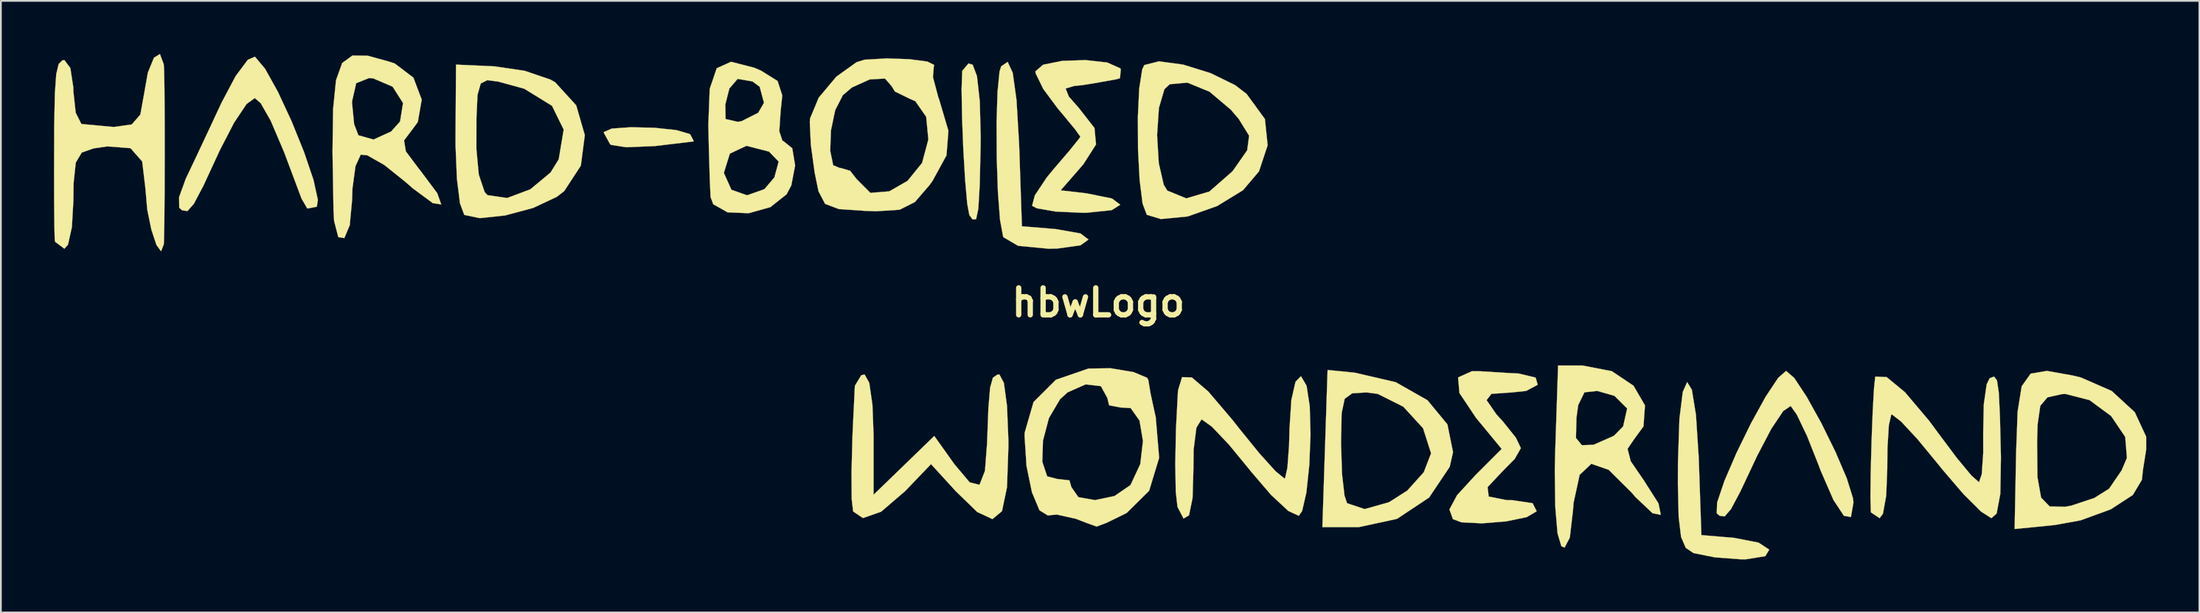
<source format=kicad_pcb>
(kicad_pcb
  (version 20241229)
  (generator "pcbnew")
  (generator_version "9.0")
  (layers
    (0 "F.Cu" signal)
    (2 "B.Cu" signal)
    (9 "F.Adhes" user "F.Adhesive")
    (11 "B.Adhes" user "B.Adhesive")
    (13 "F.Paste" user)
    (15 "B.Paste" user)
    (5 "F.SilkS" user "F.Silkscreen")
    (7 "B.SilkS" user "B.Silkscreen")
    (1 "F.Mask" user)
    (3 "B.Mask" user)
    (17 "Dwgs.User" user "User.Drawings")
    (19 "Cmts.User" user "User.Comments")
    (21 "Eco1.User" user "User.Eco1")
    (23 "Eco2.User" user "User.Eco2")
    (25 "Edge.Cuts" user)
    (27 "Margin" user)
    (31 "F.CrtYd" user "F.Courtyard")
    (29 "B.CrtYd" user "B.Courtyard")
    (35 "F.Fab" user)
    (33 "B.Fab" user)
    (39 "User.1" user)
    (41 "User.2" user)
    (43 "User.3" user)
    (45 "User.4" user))
  (footprint "hbwLogo"
    (layer "F.Cu")
    (at 59.009 14.066)
    (property "Reference" "hbwLogo" (at 0 0 0) (layer "F.SilkS") (effects (font (size 1.524 1.524) (thickness 0.3))))
    (attr through_hole)
    (fp_poly (pts (xy -25.08 -9.889) (xy -23.848 -9.759) (xy -23.097 -9.541) (xy -23.052 -9.505) (xy -22.859 -9.134) (xy -22.902 -9.112) (xy -25.062 -8.854) (xy -26.676 -8.788) (xy -27.535 -8.922) (xy -27.586 -8.959) (xy -27.936 -9.595) (xy -27.94 -9.646) (xy -27.498 -9.843) (xy -26.421 -9.92) (xy -25.08 -9.889)) (stroke (width 0.01) (type solid)) (fill yes) (layer "F.SilkS"))
    (fp_poly (pts (xy -7.099 -13.454) (xy -6.857 -12.813) (xy -6.698 -11.384) (xy -6.646 -9.39) (xy -6.651 -8.852) (xy -6.702 -6.646) (xy -6.78 -5.314) (xy -6.906 -4.715) (xy -7.106 -4.706) (xy -7.289 -4.955) (xy -7.408 -5.596) (xy -7.526 -6.941) (xy -7.629 -8.678) (xy -7.7 -10.496) (xy -7.725 -12.083) (xy -7.689 -13.111) (xy -7.335 -13.527) (xy -7.099 -13.454)) (stroke (width 0.01) (type solid)) (fill yes) (layer "F.SilkS"))
    (fp_poly (pts (xy -4.836 -12.996) (xy -4.623 -11.463) (xy -4.476 -8.968) (xy -4.455 -8.382) (xy -4.318 -4.318) (xy -2.413 -4.16) (xy -1.009 -3.914) (xy -0.554 -3.568) (xy -1.005 -3.242) (xy -2.319 -3.058) (xy -2.81 -3.048) (xy -4.532 -3.213) (xy -5.355 -3.695) (xy -5.385 -3.759) (xy -5.555 -4.69) (xy -5.674 -6.27) (xy -5.74 -8.199) (xy -5.749 -10.176) (xy -5.697 -11.9) (xy -5.581 -13.07) (xy -5.493 -13.362) (xy -5.122 -13.615) (xy -4.836 -12.996)) (stroke (width 0.01) (type solid)) (fill yes) (layer "F.SilkS"))
    (fp_poly (pts (xy 33.536 4.925) (xy 33.768 6.348) (xy 33.925 8.771) (xy 33.928 8.857) (xy 34.075 13.149) (xy 35.921 13.305) (xy 37.304 13.573) (xy 37.91 13.972) (xy 37.686 14.341) (xy 36.58 14.519) (xy 36.318 14.52) (xy 34.828 14.407) (xy 33.667 14.175) (xy 33.617 14.158) (xy 33.192 13.87) (xy 32.928 13.257) (xy 32.791 12.121) (xy 32.747 10.262) (xy 32.75 9.072) (xy 32.834 6.576) (xy 33.024 5.047) (xy 33.272 4.494) (xy 33.536 4.925)) (stroke (width 0.01) (type solid)) (fill yes) (layer "F.SilkS"))
    (fp_poly (pts (xy -47.082 -13.227) (xy -46.356 -11.924) (xy -45.586 -10.265) (xy -44.879 -8.517) (xy -44.347 -6.945) (xy -44.098 -5.815) (xy -44.156 -5.424) (xy -44.695 -5.321) (xy -45.022 -5.884) (xy -46.013 -8.528) (xy -46.766 -10.293) (xy -47.328 -11.279) (xy -47.662 -11.569) (xy -48.126 -11.234) (xy -48.832 -10.178) (xy -49.638 -8.62) (xy -49.731 -8.417) (xy -50.563 -6.617) (xy -51.104 -5.59) (xy -51.468 -5.178) (xy -51.769 -5.222) (xy -51.931 -5.365) (xy -51.938 -5.972) (xy -51.559 -7.016) (xy -50.987 -8.219) (xy -50.188 -9.922) (xy -49.541 -11.309) (xy -48.744 -12.814) (xy -48.056 -13.735) (xy -47.653 -13.909) (xy -47.082 -13.227)) (stroke (width 0.01) (type solid)) (fill yes) (layer "F.SilkS"))
    (fp_poly (pts (xy 39.32 4.258) (xy 40.028 5.33) (xy 40.85 6.811) (xy 41.649 8.436) (xy 42.291 9.94) (xy 42.64 11.058) (xy 42.668 11.303) (xy 42.525 12.127) (xy 42.126 12.055) (xy 41.534 11.156) (xy 40.812 9.497) (xy 40.687 9.161) (xy 40.043 7.539) (xy 39.466 6.333) (xy 39.122 5.846) (xy 38.703 6.128) (xy 38.026 7.137) (xy 37.227 8.664) (xy 37.127 8.877) (xy 36.288 10.661) (xy 35.748 11.679) (xy 35.392 12.091) (xy 35.106 12.057) (xy 34.942 11.913) (xy 34.965 11.304) (xy 35.378 10.081) (xy 36.057 8.504) (xy 36.874 6.833) (xy 37.702 5.329) (xy 38.416 4.252) (xy 38.862 3.861) (xy 39.32 4.258)) (stroke (width 0.01) (type solid)) (fill yes) (layer "F.SilkS"))
    (fp_poly (pts (xy 14.478 3.961) (xy 16.804 4.5) (xy 18.599 5.521) (xy 19.725 6.887) (xy 20.043 8.46) (xy 19.854 9.289) (xy 18.688 11.027) (xy 16.873 12.232) (xy 14.718 12.699) (xy 14.644 12.7) (xy 12.66 12.7) (xy 12.814 8.043) (xy 13.716 8.043) (xy 13.77 9.697) (xy 13.91 10.913) (xy 14.055 11.345) (xy 15.048 11.678) (xy 16.425 11.289) (xy 17.457 10.631) (xy 18.388 9.595) (xy 18.795 8.54) (xy 18.796 8.505) (xy 18.349 7.106) (xy 17.232 5.886) (xy 15.783 5.161) (xy 15.151 5.08) (xy 14.348 5.129) (xy 13.92 5.439) (xy 13.748 6.252) (xy 13.716 7.811) (xy 13.716 8.043) (xy 12.814 8.043) (xy 12.954 3.81) (xy 14.478 3.961)) (stroke (width 0.01) (type solid)) (fill yes) (layer "F.SilkS"))
    (fp_poly (pts (xy 21.59 3.883) (xy 22.973 3.969) (xy 23.749 4.01) (xy 24.711 4.241) (xy 24.826 4.647) (xy 24.174 4.995) (xy 23.368 5.08) (xy 22.212 5.16) (xy 21.938 5.516) (xy 22.493 6.318) (xy 22.86 6.721) (xy 23.593 7.637) (xy 23.876 8.229) (xy 23.529 8.839) (xy 22.86 9.516) (xy 21.994 10.437) (xy 22.059 10.969) (xy 23.075 11.17) (xy 23.41 11.176) (xy 24.539 11.346) (xy 24.769 11.8) (xy 24.207 12.133) (xy 23.04 12.374) (xy 21.675 12.485) (xy 20.521 12.427) (xy 20.036 12.247) (xy 19.838 11.698) (xy 20.269 10.892) (xy 21.301 9.765) (xy 22.791 8.275) (xy 21.341 6.517) (xy 20.405 5.115) (xy 20.328 4.231) (xy 21.109 3.879) (xy 21.59 3.883)) (stroke (width 0.01) (type solid)) (fill yes) (layer "F.SilkS"))
    (fp_poly (pts (xy -34.098 -13.361) (xy -32.41 -13.111) (xy -30.957 -12.615) (xy -30.692 -12.465) (xy -29.501 -11.158) (xy -29.015 -9.475) (xy -29.238 -7.749) (xy -30.177 -6.309) (xy -30.601 -5.981) (xy -31.932 -5.356) (xy -33.516 -4.93) (xy -34.955 -4.778) (xy -35.827 -4.961) (xy -36.068 -5.613) (xy -36.242 -7.009) (xy -36.311 -8.692) (xy -35.141 -8.692) (xy -35.007 -7.245) (xy -34.675 -6.253) (xy -34.513 -6.077) (xy -33.404 -5.918) (xy -32.093 -6.409) (xy -30.951 -7.359) (xy -30.489 -8.106) (xy -30.209 -9.787) (xy -30.869 -11.131) (xy -32.44 -12.098) (xy -33.909 -12.501) (xy -34.526 -12.58) (xy -34.894 -12.395) (xy -35.078 -11.75) (xy -35.138 -10.45) (xy -35.141 -8.692) (xy -36.311 -8.692) (xy -36.319 -8.88) (xy -36.32 -9.398) (xy -36.292 -13.462) (xy -34.098 -13.361)) (stroke (width 0.01) (type solid)) (fill yes) (layer "F.SilkS"))
    (fp_poly (pts (xy -5.336 4.539) (xy -5.16 5.837) (xy -5.082 7.764) (xy -5.08 8.128) (xy -5.16 10.439) (xy -5.442 11.794) (xy -5.983 12.245) (xy -6.844 11.842) (xy -8.057 10.664) (xy -9.453 9.135) (xy -10.918 10.664) (xy -12.274 11.827) (xy -13.301 12.186) (xy -13.853 11.811) (xy -13.935 11.111) (xy -13.946 9.598) (xy -13.889 7.475) (xy -13.768 4.943) (xy -13.753 4.699) (xy -13.395 4.108) (xy -13.208 4.064) (xy -12.944 4.532) (xy -12.763 5.777) (xy -12.7 7.466) (xy -12.7 10.867) (xy -10.984 9.205) (xy -9.269 7.542) (xy -8.135 9.134) (xy -7.269 10.165) (xy -6.714 10.305) (xy -6.405 9.513) (xy -6.286 7.959) (xy -6.212 5.984) (xy -6.115 4.816) (xy -5.958 4.248) (xy -5.704 4.072) (xy -5.588 4.064) (xy -5.336 4.539)) (stroke (width 0.01) (type solid)) (fill yes) (layer "F.SilkS"))
    (fp_poly (pts (xy 55.045 4.12) (xy 55.514 4.233) (xy 57.257 4.995) (xy 58.563 6.195) (xy 59.208 7.585) (xy 59.208 8.309) (xy 59.022 9.483) (xy 58.966 10.021) (xy 58.455 10.878) (xy 57.207 11.691) (xy 55.496 12.316) (xy 54.048 12.578) (xy 51.774 12.805) (xy 51.859 8.459) (xy 51.881 7.874) (xy 53.044 7.874) (xy 53.064 9.868) (xy 53.269 11.026) (xy 53.754 11.528) (xy 54.613 11.548) (xy 54.967 11.486) (xy 56.276 11.05) (xy 57.112 10.524) (xy 57.82 9.487) (xy 58.119 8.783) (xy 58.024 7.596) (xy 57.228 6.416) (xy 56.008 5.515) (xy 54.645 5.165) (xy 54.431 5.178) (xy 53.629 5.358) (xy 53.224 5.838) (xy 53.072 6.897) (xy 53.044 7.874) (xy 51.881 7.874) (xy 51.943 6.164) (xy 52.173 4.733) (xy 52.68 4.017) (xy 53.593 3.862) (xy 55.045 4.12)) (stroke (width 0.01) (type solid)) (fill yes) (layer "F.SilkS"))
    (fp_poly (pts (xy 4.791 -13.462) (xy 6.343 -12.98) (xy 7.732 -12.301) (xy 8.377 -11.805) (xy 9.413 -10.384) (xy 9.567 -8.898) (xy 9.078 -7.424) (xy 8.177 -6.359) (xy 6.715 -5.463) (xy 5.049 -4.873) (xy 3.531 -4.727) (xy 2.739 -4.968) (xy 2.501 -5.601) (xy 2.334 -6.939) (xy 2.243 -8.674) (xy 2.239 -9.473) (xy 3.32 -9.473) (xy 3.416 -7.884) (xy 3.696 -6.667) (xy 3.897 -6.336) (xy 4.969 -5.897) (xy 6.273 -6.282) (xy 7.567 -7.416) (xy 7.632 -7.497) (xy 8.413 -8.619) (xy 8.52 -9.441) (xy 7.935 -10.387) (xy 7.493 -10.906) (xy 6.284 -11.929) (xy 5.032 -12.442) (xy 4.034 -12.352) (xy 3.735 -12.07) (xy 3.423 -11.01) (xy 3.32 -9.473) (xy 2.239 -9.473) (xy 2.234 -10.5) (xy 2.311 -12.108) (xy 2.48 -13.19) (xy 2.599 -13.437) (xy 3.426 -13.647) (xy 4.791 -13.462)) (stroke (width 0.01) (type solid)) (fill yes) (layer "F.SilkS"))
    (fp_poly (pts (xy 0.505 -13.58) (xy 1.238 -13.252) (xy 1.27 -13.208) (xy 1.226 -12.699) (xy 1.046 -12.636) (xy 0.053 -12.459) (xy 0 -12.446) (xy -0.933 -12.296) (xy -1.359 -12.255) (xy -1.848 -12.11) (xy -1.665 -11.651) (xy -1.105 -11.016) (xy -0.217 -9.876) (xy -0.13 -8.944) (xy -0.839 -7.834) (xy -1.064 -7.571) (xy -2.129 -6.35) (xy -0.683 -6.184) (xy 0.77 -5.891) (xy 1.242 -5.536) (xy 0.754 -5.229) (xy -0.674 -5.082) (xy -0.884 -5.08) (xy -2.414 -5.151) (xy -3.473 -5.334) (xy -3.742 -5.479) (xy -3.588 -6.065) (xy -2.913 -7.081) (xy -2.502 -7.579) (xy -1.608 -8.625) (xy -1.078 -9.286) (xy -1.016 -9.388) (xy -1.312 -9.8) (xy -2.047 -10.691) (xy -2.285 -10.97) (xy -3.113 -12.087) (xy -3.54 -12.964) (xy -3.555 -13.081) (xy -3.116 -13.458) (xy -2.044 -13.673) (xy -0.713 -13.717) (xy 0.505 -13.58)) (stroke (width 0.01) (type solid)) (fill yes) (layer "F.SilkS"))
    (fp_poly (pts (xy 29.015 3.878) (xy 30.242 4.701) (xy 30.888 5.813) (xy 30.803 7.002) (xy 30.273 7.727) (xy 29.904 8.271) (xy 30.083 8.971) (xy 30.832 10.066) (xy 31.651 11.355) (xy 31.783 12.002) (xy 31.319 11.915) (xy 30.353 11.002) (xy 30.146 10.759) (xy 28.837 9.457) (xy 27.856 9.117) (xy 27.197 9.74) (xy 26.852 11.328) (xy 26.824 11.714) (xy 26.642 13.289) (xy 26.344 13.856) (xy 26.162 13.774) (xy 25.946 13.047) (xy 25.818 11.528) (xy 25.792 9.436) (xy 25.816 8.41) (xy 25.841 7.655) (xy 26.988 7.655) (xy 27.321 8.063) (xy 27.98 8.041) (xy 29.134 7.532) (xy 29.655 6.999) (xy 29.88 5.989) (xy 29.164 5.274) (xy 28.194 4.995) (xy 27.468 5.073) (xy 27.115 5.794) (xy 27.016 6.517) (xy 26.988 7.655) (xy 25.841 7.655) (xy 25.978 3.556) (xy 27.354 3.556) (xy 29.015 3.878)) (stroke (width 0.01) (type solid)) (fill yes) (layer "F.SilkS"))
    (fp_poly (pts (xy 11.768 4.702) (xy 11.945 5.855) (xy 11.99 7.454) (xy 11.921 9.185) (xy 11.757 10.733) (xy 11.517 11.786) (xy 11.327 12.057) (xy 10.737 11.785) (xy 9.761 10.878) (xy 8.605 9.527) (xy 8.533 9.434) (xy 7.38 8.031) (xy 6.418 7.019) (xy 5.845 6.607) (xy 5.83 6.606) (xy 5.542 7.07) (xy 5.386 8.303) (xy 5.373 9.398) (xy 5.325 11.054) (xy 5.124 12.03) (xy 4.817 12.214) (xy 4.474 11.557) (xy 4.376 10.697) (xy 4.348 9.137) (xy 4.386 7.19) (xy 4.49 5.17) (xy 4.506 4.953) (xy 4.73 4.217) (xy 5.279 4.229) (xy 6.214 5.028) (xy 7.596 6.653) (xy 7.957 7.114) (xy 9.109 8.534) (xy 10.016 9.538) (xy 10.514 9.945) (xy 10.551 9.938) (xy 10.684 9.343) (xy 10.778 8.07) (xy 10.803 7.123) (xy 10.907 5.511) (xy 11.142 4.474) (xy 11.45 4.16) (xy 11.768 4.702)) (stroke (width 0.01) (type solid)) (fill yes) (layer "F.SilkS"))
    (fp_poly (pts (xy 50.779 4.4) (xy 50.881 5.101) (xy 50.945 6.46) (xy 50.998 8.654) (xy 51 8.763) (xy 50.966 10.816) (xy 50.757 11.931) (xy 50.46 12.192) (xy 49.874 11.817) (xy 48.88 10.826) (xy 47.675 9.418) (xy 47.452 9.139) (xy 46.286 7.723) (xy 45.361 6.727) (xy 44.844 6.328) (xy 44.802 6.337) (xy 44.667 6.944) (xy 44.588 8.242) (xy 44.578 9.39) (xy 44.518 10.923) (xy 44.334 11.94) (xy 44.147 12.192) (xy 43.661 11.869) (xy 43.649 11.811) (xy 43.627 10.968) (xy 43.644 9.543) (xy 43.69 7.846) (xy 43.754 6.185) (xy 43.827 4.87) (xy 43.896 4.208) (xy 43.907 4.183) (xy 44.542 4.212) (xy 45.577 5.065) (xy 46.936 6.673) (xy 47.46 7.382) (xy 48.507 8.783) (xy 49.335 9.781) (xy 49.762 10.16) (xy 49.918 9.701) (xy 50 8.515) (xy 49.999 7.352) (xy 50.032 5.759) (xy 50.194 4.623) (xy 50.364 4.274) (xy 50.615 4.183) (xy 50.779 4.4)) (stroke (width 0.01) (type solid)) (fill yes) (layer "F.SilkS"))
    (fp_poly (pts (xy -41.285 -13.965) (xy -40.097 -13.638) (xy -39.752 -13.524) (xy -38.7 -12.725) (xy -38.23 -11.483) (xy -38.451 -10.215) (xy -38.771 -9.779) (xy -39.23 -9.173) (xy -39.127 -8.555) (xy -38.394 -7.575) (xy -38.329 -7.497) (xy -37.353 -6.191) (xy -37.127 -5.553) (xy -37.6 -5.626) (xy -38.722 -6.452) (xy -39.137 -6.816) (xy -40.354 -7.791) (xy -41.31 -8.334) (xy -41.677 -8.369) (xy -41.973 -7.72) (xy -42.146 -6.437) (xy -42.164 -5.812) (xy -42.297 -4.38) (xy -42.603 -3.65) (xy -42.944 -3.703) (xy -43.181 -4.618) (xy -43.215 -5.207) (xy -43.27 -8.525) (xy -43.238 -10.945) (xy -43.206 -11.261) (xy -42.164 -11.261) (xy -42.049 -10.09) (xy -41.808 -9.465) (xy -40.955 -9.224) (xy -39.957 -9.679) (xy -39.454 -10.244) (xy -39.286 -11.288) (xy -39.875 -12.213) (xy -40.984 -12.688) (xy -41.21 -12.7) (xy -41.933 -12.41) (xy -42.163 -11.398) (xy -42.164 -11.261) (xy -43.206 -11.261) (xy -43.073 -12.582) (xy -42.724 -13.554) (xy -42.144 -13.976) (xy -41.285 -13.965)) (stroke (width 0.01) (type solid)) (fill yes) (layer "F.SilkS"))
    (fp_poly (pts (xy -19.44 -13.285) (xy -19.059 -13.12) (xy -18.122 -12.536) (xy -17.858 -11.718) (xy -17.952 -10.818) (xy -18.026 -9.694) (xy -17.848 -9.153) (xy -17.807 -9.144) (xy -17.293 -8.73) (xy -17.131 -7.758) (xy -17.347 -6.631) (xy -17.611 -6.129) (xy -18.526 -5.402) (xy -19.756 -5.057) (xy -20.951 -5.107) (xy -21.758 -5.565) (xy -21.909 -5.969) (xy -21.953 -6.934) (xy -21.965 -7.351) (xy -21.154 -7.351) (xy -21.152 -7.322) (xy -20.73 -6.382) (xy -19.848 -6.071) (xy -18.865 -6.418) (xy -18.303 -7.085) (xy -18.061 -7.977) (xy -18.611 -8.542) (xy -19.882 -8.869) (xy -20.82 -8.428) (xy -21.154 -7.351) (xy -21.965 -7.351) (xy -22.001 -8.532) (xy -22.036 -10.039) (xy -21.991 -11.212) (xy -21.075 -11.212) (xy -21.062 -10.383) (xy -20.388 -10.229) (xy -20.175 -10.255) (xy -19.218 -10.737) (xy -18.891 -11.305) (xy -19.135 -12.21) (xy -19.542 -12.51) (xy -20.38 -12.654) (xy -20.846 -12.111) (xy -21.075 -11.212) (xy -21.991 -11.212) (xy -21.957 -12.095) (xy -21.561 -13.257) (xy -20.753 -13.622) (xy -19.44 -13.285)) (stroke (width 0.01) (type solid)) (fill yes) (layer "F.SilkS"))
    (fp_poly (pts (xy -52.809 -13.485) (xy -52.787 -13.183) (xy -52.766 -12.061) (xy -52.755 -10.347) (xy -52.752 -8.337) (xy -52.758 -6.331) (xy -52.772 -4.624) (xy -52.793 -3.514) (xy -52.804 -3.302) (xy -52.958 -2.904) (xy -53.219 -3.262) (xy -53.507 -4.131) (xy -53.74 -5.268) (xy -53.84 -6.431) (xy -53.84 -6.44) (xy -54.024 -7.982) (xy -54.683 -8.733) (xy -55.997 -8.836) (xy -56.769 -8.723) (xy -57.436 -8.49) (xy -57.778 -7.923) (xy -57.901 -6.754) (xy -57.912 -5.783) (xy -57.997 -4.271) (xy -58.217 -3.278) (xy -58.42 -3.048) (xy -58.944 -3.439) (xy -58.966 -3.556) (xy -58.986 -4.298) (xy -59 -5.731) (xy -59.004 -7.366) (xy -58.995 -10.018) (xy -58.959 -11.816) (xy -58.881 -12.921) (xy -58.745 -13.495) (xy -58.537 -13.701) (xy -58.42 -13.716) (xy -58.084 -13.269) (xy -57.916 -12.171) (xy -57.912 -11.938) (xy -57.783 -10.743) (xy -57.468 -10.118) (xy -57.404 -10.097) (xy -55.628 -9.934) (xy -54.614 -10.078) (xy -54.129 -10.635) (xy -53.939 -11.684) (xy -53.705 -13.008) (xy -53.361 -13.851) (xy -53.023 -14.061) (xy -52.809 -13.485)) (stroke (width 0.01) (type solid)) (fill yes) (layer "F.SilkS"))
    (fp_poly (pts (xy -10.668 -13.768) (xy -9.66 -13.634) (xy -9.269 -13.44) (xy -9.293 -13.397) (xy -9.344 -12.757) (xy -9.043 -11.621) (xy -8.995 -11.492) (xy -8.47 -9.716) (xy -8.579 -8.327) (xy -9.371 -6.88) (xy -9.546 -6.638) (xy -10.364 -5.69) (xy -11.227 -5.254) (xy -12.546 -5.168) (xy -13.175 -5.189) (xy -14.661 -5.291) (xy -15.438 -5.584) (xy -15.811 -6.297) (xy -16.027 -7.347) (xy -16.197 -8.588) (xy -15.149 -8.588) (xy -14.981 -7.771) (xy -14.591 -7.607) (xy -14.569 -7.62) (xy -14.024 -7.456) (xy -13.655 -6.985) (xy -12.879 -6.207) (xy -11.81 -6.295) (xy -10.781 -6.887) (xy -9.958 -7.901) (xy -9.603 -9.228) (xy -9.726 -10.51) (xy -10.336 -11.389) (xy -10.668 -11.537) (xy -11.492 -11.939) (xy -11.684 -12.251) (xy -12.054 -12.673) (xy -12.92 -12.623) (xy -13.921 -12.169) (xy -14.435 -11.732) (xy -14.866 -10.89) (xy -15.108 -9.735) (xy -15.149 -8.588) (xy -16.197 -8.588) (xy -16.243 -8.921) (xy -16.303 -10.218) (xy -16.289 -10.414) (xy -15.8 -11.59) (xy -14.801 -12.783) (xy -13.659 -13.6) (xy -13.208 -13.739) (xy -11.962 -13.812) (xy -10.668 -13.768)) (stroke (width 0.01) (type solid)) (fill yes) (layer "F.SilkS"))
    (fp_poly (pts (xy 1.995 3.931) (xy 2.751 4.248) (xy 2.823 4.366) (xy 2.952 5.143) (xy 3.225 6.398) (xy 3.244 6.477) (xy 3.436 8.782) (xy 2.871 10.642) (xy 1.602 11.896) (xy 1.507 11.947) (xy 0.464 12.455) (xy -0.091 12.665) (xy -0.102 12.664) (xy -0.636 12.472) (xy -1.27 12.227) (xy -2.345 11.988) (xy -2.852 12.036) (xy -3.324 11.749) (xy -3.752 10.723) (xy -4.059 9.232) (xy -4.073 9.004) (xy -3.164 9.004) (xy -2.891 9.826) (xy -2.299 9.981) (xy -2.286 9.976) (xy -1.631 10.054) (xy -1.524 10.43) (xy -1.126 11.005) (xy -0.187 11.169) (xy 0.915 10.938) (xy 1.799 10.33) (xy 1.833 10.287) (xy 2.371 9.13) (xy 2.522 7.825) (xy 2.327 6.671) (xy 1.827 5.966) (xy 1.228 5.928) (xy 0.61 5.807) (xy 0.508 5.388) (xy 0.145 4.726) (xy -0.718 4.625) (xy -1.737 5.076) (xy -2.16 5.461) (xy -2.791 6.531) (xy -3.128 7.809) (xy -3.164 9.004) (xy -4.073 9.004) (xy -4.167 7.553) (xy -4.164 7.366) (xy -3.661 5.624) (xy -2.395 4.362) (xy -0.561 3.73) (xy 0.688 3.711) (xy 1.995 3.931)) (stroke (width 0.01) (type solid)) (fill yes) (layer "F.SilkS")))
  (gr_rect
    (start -3 -3)
    (end 121.223 31.591)
    (stroke (width 0.1) (type default))
    (fill no)
    (layer "Edge.Cuts")))
</source>
